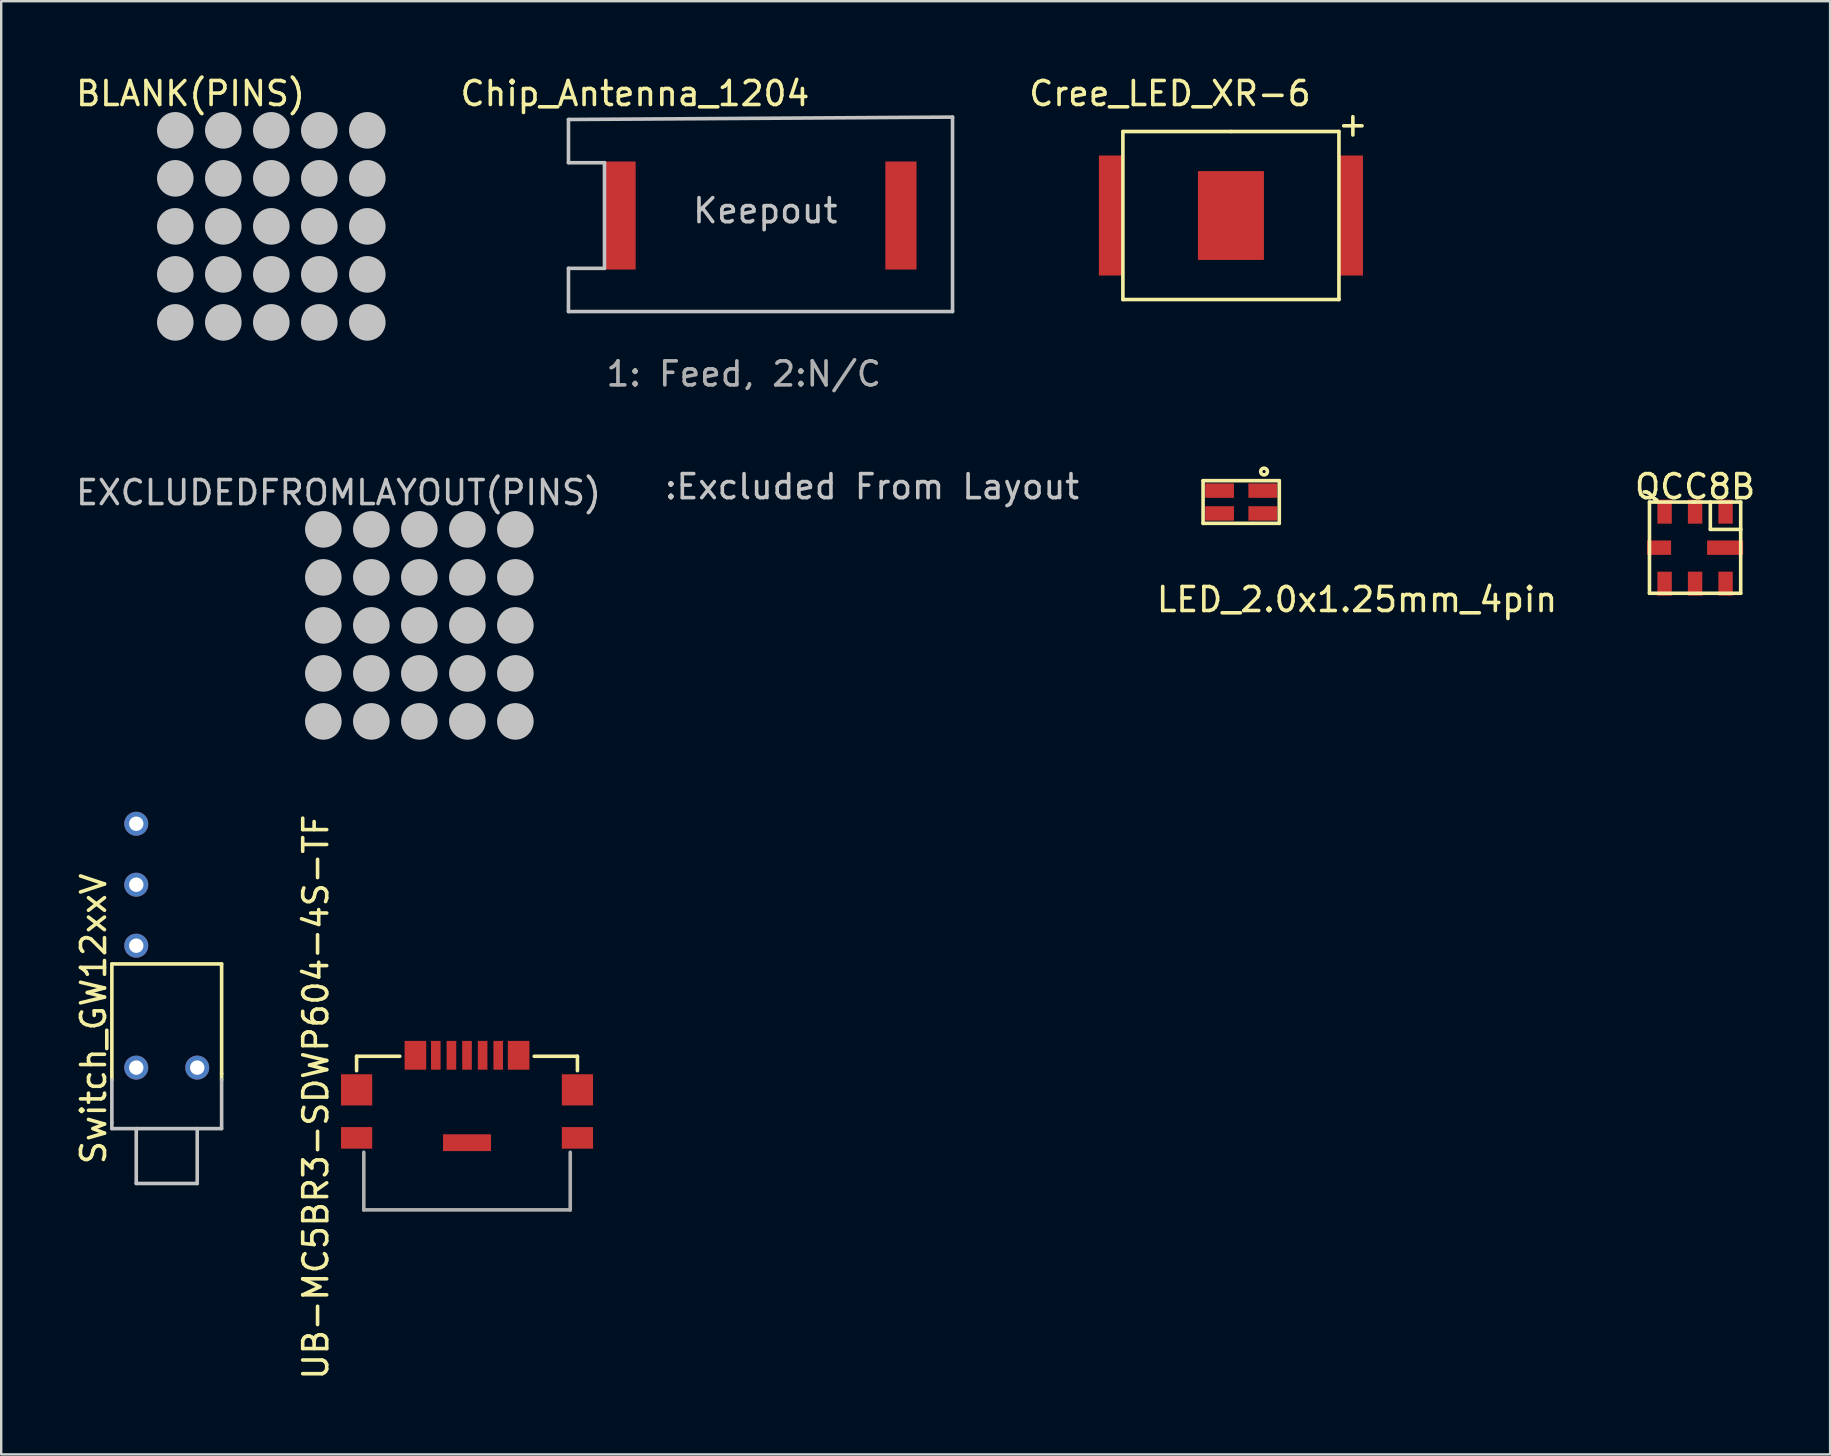
<source format=kicad_pcb>
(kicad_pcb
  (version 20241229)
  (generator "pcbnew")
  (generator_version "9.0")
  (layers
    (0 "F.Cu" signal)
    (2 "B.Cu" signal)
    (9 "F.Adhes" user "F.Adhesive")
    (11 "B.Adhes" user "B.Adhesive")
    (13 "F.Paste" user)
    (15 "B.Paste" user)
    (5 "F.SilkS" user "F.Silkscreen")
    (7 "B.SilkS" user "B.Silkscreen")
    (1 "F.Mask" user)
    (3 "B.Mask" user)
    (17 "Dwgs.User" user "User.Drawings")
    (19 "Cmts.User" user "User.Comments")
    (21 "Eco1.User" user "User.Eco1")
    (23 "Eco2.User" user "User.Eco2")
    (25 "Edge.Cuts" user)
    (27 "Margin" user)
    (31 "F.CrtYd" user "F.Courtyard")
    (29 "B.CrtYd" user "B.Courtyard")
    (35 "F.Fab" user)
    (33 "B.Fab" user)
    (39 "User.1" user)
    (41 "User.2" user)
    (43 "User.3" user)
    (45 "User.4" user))
  (footprint "QCC8B"
    (layer "F.Cu")
    (at 67.564 19.765)
    (property "Reference" "QCC8B" (at 0 -2.54 0) (layer "F.SilkS") (effects (font (size 1 1) (thickness 0.15))))
    (attr through_hole)
    (fp_line (start -1.9 -1.9) (end 0 -1.9) (stroke (width 0.15) (type solid)) (layer "F.SilkS"))
    (fp_line (start -1.9 1.9) (end -1.9 -1.9) (stroke (width 0.15) (type solid)) (layer "F.SilkS"))
    (fp_line (start -0.1 -1.9) (end 1.9 -1.9) (stroke (width 0.15) (type solid)) (layer "F.SilkS"))
    (fp_line (start 0.635 -1.905) (end 0.635 -0.762) (stroke (width 0.15) (type solid)) (layer "F.SilkS"))
    (fp_line (start 0.635 -0.762) (end 1.905 -0.762) (stroke (width 0.15) (type solid)) (layer "F.SilkS"))
    (fp_line (start 1.9 -1.9) (end 1.9 1.9) (stroke (width 0.15) (type solid)) (layer "F.SilkS"))
    (fp_line (start 1.9 1.9) (end -1.9 1.9) (stroke (width 0.15) (type solid)) (layer "F.SilkS"))
    (pad "1" smd rect (at 1.27 -2 90) (size 1 0.6) (drill (offset -0.5 0)) (layers "F.Cu" "F.Mask" "F.Paste"))
    (pad "2" smd rect (at 0 -2 90) (size 1 0.6) (drill (offset -0.5 0)) (layers "F.Cu" "F.Mask" "F.Paste"))
    (pad "3" smd rect (at -1.27 -2 90) (size 1 0.6) (drill (offset -0.5 0)) (layers "F.Cu" "F.Mask" "F.Paste"))
    (pad "4" smd rect (at -2 0 180) (size 1 0.6) (drill (offset -0.5 0)) (layers "F.Cu" "F.Mask" "F.Paste"))
    (pad "5" smd rect (at -1.27 1 90) (size 1 0.6) (drill (offset -0.5 0)) (layers "F.Cu" "F.Mask" "F.Paste"))
    (pad "6" smd rect (at 0 1 90) (size 1 0.6) (drill (offset -0.5 0)) (layers "F.Cu" "F.Mask" "F.Paste"))
    (pad "7" smd rect (at 1.27 1 90) (size 1 0.6) (drill (offset -0.5 0)) (layers "F.Cu" "F.Mask" "F.Paste"))
    (pad "8" smd rect (at 2 0) (size 1.5 0.6) (drill (offset -0.75 0)) (layers "F.Cu" "F.Mask" "F.Paste")))
  (footprint "Switch_GW12xxV"
    (layer "F.Cu")
    (at 3.896 37.615)
    (property "Reference" "Switch_GW12xxV" (at -3.048 1.778 90) (layer "F.SilkS") (effects (font (size 1 1) (thickness 0.15))))
    (attr through_hole)
    (fp_line (start -2.286 -0.508) (end -2.286 4.318) (stroke (width 0.15) (type solid)) (layer "F.SilkS"))
    (fp_line (start -2.286 -0.508) (end 2.286 -0.508) (stroke (width 0.15) (type solid)) (layer "F.SilkS"))
    (fp_line (start 2.286 -0.508) (end 2.286 4.064) (stroke (width 0.15) (type solid)) (layer "F.SilkS"))
    (fp_line (start 2.286 4.318) (end 2.286 4.064) (stroke (width 0.15) (type solid)) (layer "F.SilkS"))
    (fp_line (start -2.286 4.318) (end -2.286 6.096) (stroke (width 0.15) (type solid)) (layer "Dwgs.User"))
    (fp_line (start -2.286 6.35) (end -2.286 6.096) (stroke (width 0.15) (type solid)) (layer "Dwgs.User"))
    (fp_line (start -2.286 6.35) (end 2.286 6.35) (stroke (width 0.15) (type solid)) (layer "Dwgs.User"))
    (fp_line (start -1.27 8.636) (end -1.27 6.35) (stroke (width 0.15) (type solid)) (layer "Dwgs.User"))
    (fp_line (start -1.27 8.636) (end 1.27 8.636) (stroke (width 0.15) (type solid)) (layer "Dwgs.User"))
    (fp_line (start 1.27 8.636) (end 1.27 6.35) (stroke (width 0.15) (type solid)) (layer "Dwgs.User"))
    (fp_line (start 2.286 6.35) (end 2.286 4.318) (stroke (width 0.15) (type solid)) (layer "Dwgs.User"))
    (pad "" thru_hole circle (at -1.27 3.81) (size 1 1) (drill 0.6) (layers "*.Cu" "*.Mask"))
    (pad "" thru_hole circle (at 1.27 3.81) (size 1 1) (drill 0.6) (layers "*.Cu" "*.Mask"))
    (pad "1" thru_hole circle (at -1.27 -1.27) (size 1 1) (drill 0.6) (layers "*.Cu" "*.Mask"))
    (pad "2" thru_hole circle (at -1.27 -3.81) (size 1 1) (drill 0.6) (layers "*.Cu" "*.Mask"))
    (pad "3" thru_hole circle (at -1.27 -6.35) (size 1 1) (drill 0.6) (layers "*.Cu" "*.Mask")))
  (footprint "Cree_LED_XR-6"
    (layer "F.Cu")
    (at 48.228 5.928)
    (property "Reference" "Cree_LED_XR-6" (at -2.54 -5.08 0) (layer "F.SilkS") (effects (font (size 1 1) (thickness 0.15))))
    (attr through_hole)
    (fp_line (start -4.5 -3.5) (end 0 -3.5) (stroke (width 0.15) (type solid)) (layer "F.SilkS"))
    (fp_line (start -4.5 3.5) (end -4.5 -3.5) (stroke (width 0.15) (type solid)) (layer "F.SilkS"))
    (fp_line (start 0 -3.5) (end 4.5 -3.5) (stroke (width 0.15) (type solid)) (layer "F.SilkS"))
    (fp_line (start 4.5 -3.5) (end 4.5 3.5) (stroke (width 0.15) (type solid)) (layer "F.SilkS"))
    (fp_line (start 4.5 3.5) (end -4.5 3.5) (stroke (width 0.15) (type solid)) (layer "F.SilkS"))
    (fp_text user "+" (at 5.08 -3.81 0) (layer "F.SilkS") (effects (font (size 1 1) (thickness 0.15))))
    (pad "0" smd rect (at 0 0 90) (size 3.7 2.75) (layers "F.Cu" "F.Mask" "F.Paste"))
    (pad "1" smd rect (at -5.5 0 90) (size 5 1) (drill (offset 0 0.5)) (layers "F.Cu" "F.Mask" "F.Paste"))
    (pad "2" smd rect (at 5.5 0 270) (size 5 1) (drill (offset 0 0.5)) (layers "F.Cu" "F.Mask" "F.Paste")))
  (footprint "UB-MC5BR3-SDWP604-4S-TF"
    (layer "F.Cu")
    (at 16.405 45.252)
    (property "Reference" "UB-MC5BR3-SDWP604-4S-TF" (at -6.3 -2.6 90) (layer "F.SilkS") (effects (font (size 1 1) (thickness 0.15))))
    (attr smd)
    (fp_line (start -4.6 -4.3) (end -4.6 -3.7) (stroke (width 0.15) (type solid)) (layer "F.SilkS"))
    (fp_line (start -2.8 -4.3) (end -4.6 -4.3) (stroke (width 0.15) (type solid)) (layer "F.SilkS"))
    (fp_line (start 2.8 -4.3) (end 4.6 -4.3) (stroke (width 0.15) (type solid)) (layer "F.SilkS"))
    (fp_line (start 4.6 -4.3) (end 4.6 -3.7) (stroke (width 0.15) (type solid)) (layer "F.SilkS"))
    (fp_line (start -4.3 -0.3) (end -4.3 2.1) (stroke (width 0.15) (type solid)) (layer "F.Fab"))
    (fp_line (start -4.3 2.1) (end 4.3 2.1) (stroke (width 0.15) (type solid)) (layer "F.Fab"))
    (fp_line (start 4.3 2.1) (end 4.3 -0.3) (stroke (width 0.15) (type solid)) (layer "F.Fab"))
    (pad "1" smd rect (at -1.3 -4.94) (size 0.4 1.2) (drill (offset 0 0.6)) (layers "F.Cu" "F.Mask" "F.Paste"))
    (pad "2" smd rect (at -0.65 -4.94) (size 0.4 1.2) (drill (offset 0 0.6)) (layers "F.Cu" "F.Mask" "F.Paste"))
    (pad "3" smd rect (at 0 -4.94) (size 0.4 1.2) (drill (offset 0 0.6)) (layers "F.Cu" "F.Mask" "F.Paste"))
    (pad "4" smd rect (at 0.65 -4.94) (size 0.4 1.2) (drill (offset 0 0.6)) (layers "F.Cu" "F.Mask" "F.Paste"))
    (pad "5" smd rect (at 1.3 -4.94) (size 0.4 1.2) (drill (offset 0 0.6)) (layers "F.Cu" "F.Mask" "F.Paste"))
    (pad "6" smd rect (at -3.95 -2.9 180) (size 1.3 1.3) (drill (offset 0.65 0)) (layers "F.Cu" "F.Mask" "F.Paste"))
    (pad "6" smd rect (at -3.95 -0.9 180) (size 1.3 0.9) (drill (offset 0.65 0)) (layers "F.Cu" "F.Mask" "F.Paste"))
    (pad "6" smd rect (at -2.15 -4.94) (size 0.9 1.2) (drill (offset 0 0.6)) (layers "F.Cu" "F.Mask" "F.Paste"))
    (pad "6" smd rect (at 0 -1.05) (size 2 0.7) (drill (offset 0 0.35)) (layers "F.Cu" "F.Mask" "F.Paste"))
    (pad "6" smd rect (at 2.15 -4.94) (size 0.9 1.2) (drill (offset 0 0.6)) (layers "F.Cu" "F.Mask" "F.Paste"))
    (pad "6" smd rect (at 3.95 -2.9) (size 1.3 1.3) (drill (offset 0.65 0)) (layers "F.Cu" "F.Mask" "F.Paste"))
    (pad "6" smd rect (at 3.95 -0.9) (size 1.3 0.9) (drill (offset 0.65 0)) (layers "F.Cu" "F.Mask" "F.Paste")))
  (footprint "Chip_Antenna_1204"
    (layer "F.Cu")
    (at 22.131 5.928)
    (property "Reference" "Chip_Antenna_1204" (at 1.27 -5.08 0) (layer "F.SilkS") (effects (font (size 1 1) (thickness 0.15))))
    (attr through_hole)
    (fp_line (start -1.5 -4) (end 14.5 -4.1) (stroke (width 0.15) (type solid)) (layer "Dwgs.User"))
    (fp_line (start -1.5 -2.2) (end -1.5 -4) (stroke (width 0.15) (type solid)) (layer "Dwgs.User"))
    (fp_line (start -1.5 -2.2) (end 0 -2.2) (stroke (width 0.15) (type solid)) (layer "Dwgs.User"))
    (fp_line (start -1.5 2.2) (end -1.5 4) (stroke (width 0.15) (type solid)) (layer "Dwgs.User"))
    (fp_line (start 0 -2.2) (end 0 2.2) (stroke (width 0.15) (type solid)) (layer "Dwgs.User"))
    (fp_line (start 0 2.2) (end -1.5 2.2) (stroke (width 0.15) (type solid)) (layer "Dwgs.User"))
    (fp_line (start 14.5 -4.1) (end 14.5 4) (stroke (width 0.15) (type solid)) (layer "Dwgs.User"))
    (fp_line (start 14.5 4) (end -1.5 4) (stroke (width 0.15) (type solid)) (layer "Dwgs.User"))
    (fp_text user "Keepout" (at 6.7 -0.2 0) (layer "Dwgs.User") (effects (font (size 1 1) (thickness 0.15))))
    (fp_text user "1: Feed, 2:N/C" (at 5.8 6.6 0) (layer "F.Fab") (effects (font (size 1 1) (thickness 0.15))))
    (pad "1" smd rect (at 0 0) (size 1.3 4.5) (drill (offset 0.65 0)) (layers "F.Cu" "F.Mask" "F.Paste"))
    (pad "2" smd rect (at 13 0 180) (size 1.3 4.5) (drill (offset 0.65 0)) (layers "F.Cu" "F.Mask" "F.Paste")))
  (footprint "BLANK(PINS)"
    (layer "F.Cu")
    (at 4.887 0.348)
    (property "Reference" "BLANK(PINS)" (at 0 0.5 0) (layer "F.SilkS") (effects (font (size 1 1) (thickness 0.15))))
    (attr through_hole)
    (pad "" smd circle (at -0.635 2.032) (size 1.524 1.524) (layers "Dwgs.User"))
    (pad "" smd circle (at -0.635 4.032) (size 1.524 1.524) (layers "Dwgs.User"))
    (pad "" smd circle (at -0.635 6.032) (size 1.524 1.524) (layers "Dwgs.User"))
    (pad "" smd circle (at -0.635 8.032) (size 1.524 1.524) (layers "Dwgs.User"))
    (pad "" smd circle (at -0.635 10.032) (size 1.524 1.524) (layers "Dwgs.User"))
    (pad "" smd circle (at 1.365 2.032) (size 1.524 1.524) (layers "Dwgs.User"))
    (pad "" smd circle (at 1.365 4.032) (size 1.524 1.524) (layers "Dwgs.User"))
    (pad "" smd circle (at 1.365 6.032) (size 1.524 1.524) (layers "Dwgs.User"))
    (pad "" smd circle (at 1.365 8.032) (size 1.524 1.524) (layers "Dwgs.User"))
    (pad "" smd circle (at 1.365 10.032) (size 1.524 1.524) (layers "Dwgs.User"))
    (pad "" smd circle (at 3.365 2.032) (size 1.524 1.524) (layers "Dwgs.User"))
    (pad "" smd circle (at 3.365 4.032) (size 1.524 1.524) (layers "Dwgs.User"))
    (pad "" smd circle (at 3.365 6.032) (size 1.524 1.524) (layers "Dwgs.User"))
    (pad "" smd circle (at 3.365 8.032) (size 1.524 1.524) (layers "Dwgs.User"))
    (pad "" smd circle (at 3.365 10.032) (size 1.524 1.524) (layers "Dwgs.User"))
    (pad "" smd circle (at 5.365 2.032) (size 1.524 1.524) (layers "Dwgs.User"))
    (pad "" smd circle (at 5.365 4.032) (size 1.524 1.524) (layers "Dwgs.User"))
    (pad "" smd circle (at 5.365 6.032) (size 1.524 1.524) (layers "Dwgs.User"))
    (pad "" smd circle (at 5.365 8.032) (size 1.524 1.524) (layers "Dwgs.User"))
    (pad "" smd circle (at 5.365 10.032) (size 1.524 1.524) (layers "Dwgs.User"))
    (pad "" smd circle (at 7.365 2.032) (size 1.524 1.524) (layers "Dwgs.User"))
    (pad "" smd circle (at 7.365 4.032) (size 1.524 1.524) (layers "Dwgs.User"))
    (pad "" smd circle (at 7.365 6.032) (size 1.524 1.524) (layers "Dwgs.User"))
    (pad "" smd circle (at 7.365 8.032) (size 1.524 1.524) (layers "Dwgs.User"))
    (pad "" smd circle (at 7.365 10.032) (size 1.524 1.524) (layers "Dwgs.User")))
  (footprint "LED_2.0x1.25mm_4pin"
    (layer "F.Cu")
    (at 48.655 17.863)
    (property "Reference" "LED_2.0x1.25mm_4pin" (at 4.826 4.064 0) (layer "F.SilkS") (effects (font (size 1 1) (thickness 0.15))))
    (attr through_hole)
    (fp_line (start -1.587 -0.889) (end 1.587 -0.889) (stroke (width 0.15) (type solid)) (layer "F.SilkS"))
    (fp_line (start -1.587 0.889) (end -1.587 -0.889) (stroke (width 0.15) (type solid)) (layer "F.SilkS"))
    (fp_line (start 1.587 -0.889) (end 1.587 0.889) (stroke (width 0.15) (type solid)) (layer "F.SilkS"))
    (fp_line (start 1.587 0.889) (end -1.587 0.889) (stroke (width 0.15) (type solid)) (layer "F.SilkS"))
    (fp_circle (center 0.953 -1.27) (end 1.079 -1.206) (stroke (width 0.15) (type solid)) (fill no) (layer "F.SilkS"))
    (pad "1" smd rect (at 0.9 -0.475) (size 1.2 0.6) (layers "F.Cu" "F.Mask" "F.Paste"))
    (pad "2" smd rect (at -0.9 -0.475) (size 1.2 0.6) (layers "F.Cu" "F.Mask" "F.Paste"))
    (pad "3" smd rect (at -0.9 0.475) (size 1.2 0.6) (layers "F.Cu" "F.Mask" "F.Paste"))
    (pad "4" smd rect (at 0.9 0.475) (size 1.2 0.6) (layers "F.Cu" "F.Mask" "F.Paste")))
  (footprint "EXCLUDEDFROMLAYOUT(PINS)"
    (layer "F.Cu")
    (at 11.054 16.971)
    (property "Reference" "EXCLUDEDFROMLAYOUT(PINS)" (at 0 0.5 0) (layer "Dwgs.User") (effects (font (size 1 1) (thickness 0.15))))
    (attr through_hole)
    (fp_text user ":Excluded From Layout" (at 22.225 0.254 0) (layer "Dwgs.User") (effects (font (size 1 1) (thickness 0.15))))
    (pad "" smd circle (at -0.635 2.032) (size 1.524 1.524) (layers "Dwgs.User"))
    (pad "" smd circle (at -0.635 4.032) (size 1.524 1.524) (layers "Dwgs.User"))
    (pad "" smd circle (at -0.635 6.032) (size 1.524 1.524) (layers "Dwgs.User"))
    (pad "" smd circle (at -0.635 8.032) (size 1.524 1.524) (layers "Dwgs.User"))
    (pad "" smd circle (at -0.635 10.032) (size 1.524 1.524) (layers "Dwgs.User"))
    (pad "" smd circle (at 1.365 2.032) (size 1.524 1.524) (layers "Dwgs.User"))
    (pad "" smd circle (at 1.365 4.032) (size 1.524 1.524) (layers "Dwgs.User"))
    (pad "" smd circle (at 1.365 6.032) (size 1.524 1.524) (layers "Dwgs.User"))
    (pad "" smd circle (at 1.365 8.032) (size 1.524 1.524) (layers "Dwgs.User"))
    (pad "" smd circle (at 1.365 10.032) (size 1.524 1.524) (layers "Dwgs.User"))
    (pad "" smd circle (at 3.365 2.032) (size 1.524 1.524) (layers "Dwgs.User"))
    (pad "" smd circle (at 3.365 4.032) (size 1.524 1.524) (layers "Dwgs.User"))
    (pad "" smd circle (at 3.365 6.032) (size 1.524 1.524) (layers "Dwgs.User"))
    (pad "" smd circle (at 3.365 8.032) (size 1.524 1.524) (layers "Dwgs.User"))
    (pad "" smd circle (at 3.365 10.032) (size 1.524 1.524) (layers "Dwgs.User"))
    (pad "" smd circle (at 5.365 2.032) (size 1.524 1.524) (layers "Dwgs.User"))
    (pad "" smd circle (at 5.365 4.032) (size 1.524 1.524) (layers "Dwgs.User"))
    (pad "" smd circle (at 5.365 6.032) (size 1.524 1.524) (layers "Dwgs.User"))
    (pad "" smd circle (at 5.365 8.032) (size 1.524 1.524) (layers "Dwgs.User"))
    (pad "" smd circle (at 5.365 10.032) (size 1.524 1.524) (layers "Dwgs.User"))
    (pad "" smd circle (at 7.365 2.032) (size 1.524 1.524) (layers "Dwgs.User"))
    (pad "" smd circle (at 7.365 4.032) (size 1.524 1.524) (layers "Dwgs.User"))
    (pad "" smd circle (at 7.365 6.032) (size 1.524 1.524) (layers "Dwgs.User"))
    (pad "" smd circle (at 7.365 8.032) (size 1.524 1.524) (layers "Dwgs.User"))
    (pad "" smd circle (at 7.365 10.032) (size 1.524 1.524) (layers "Dwgs.User")))
  (gr_rect
    (start -3 -3)
    (end 73.189 57.539)
    (stroke (width 0.1) (type default))
    (fill no)
    (layer "Edge.Cuts")))
</source>
